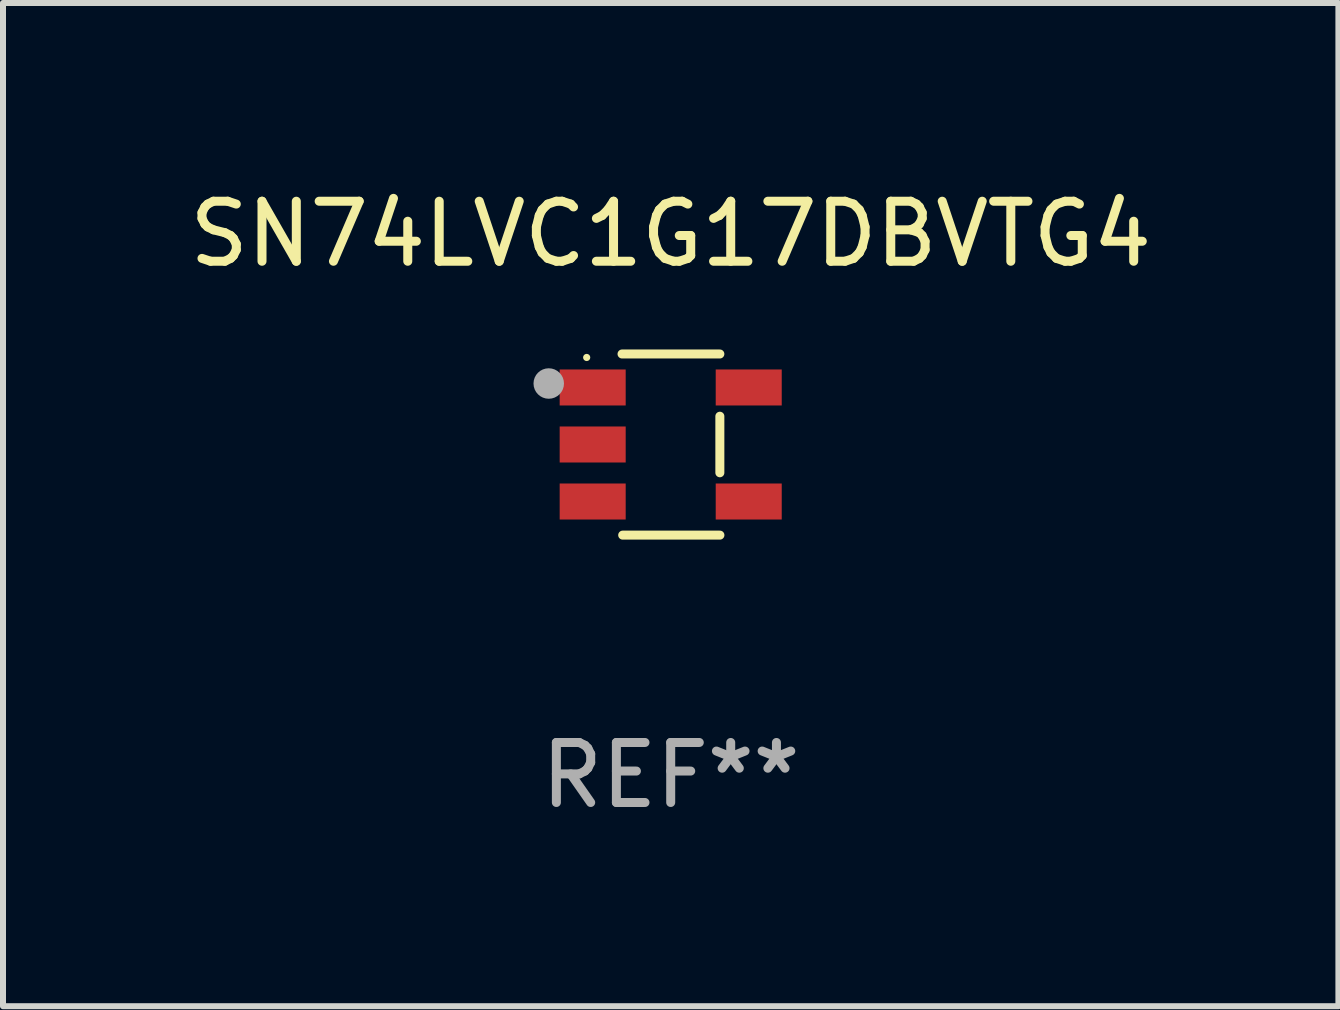
<source format=kicad_pcb>
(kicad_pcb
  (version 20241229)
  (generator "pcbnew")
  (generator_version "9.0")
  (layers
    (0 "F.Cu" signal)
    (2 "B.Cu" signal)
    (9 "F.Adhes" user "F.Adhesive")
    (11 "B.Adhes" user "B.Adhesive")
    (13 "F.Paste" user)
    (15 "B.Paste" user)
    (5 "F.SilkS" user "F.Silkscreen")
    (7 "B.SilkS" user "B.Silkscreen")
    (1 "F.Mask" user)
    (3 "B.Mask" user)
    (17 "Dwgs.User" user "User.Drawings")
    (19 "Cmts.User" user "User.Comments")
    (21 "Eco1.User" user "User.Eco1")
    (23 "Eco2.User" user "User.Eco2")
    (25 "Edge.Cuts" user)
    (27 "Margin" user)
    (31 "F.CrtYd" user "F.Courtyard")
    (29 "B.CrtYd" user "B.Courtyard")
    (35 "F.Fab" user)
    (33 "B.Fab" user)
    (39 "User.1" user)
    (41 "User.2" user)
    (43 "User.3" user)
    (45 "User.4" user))
  (footprint "SN74LVC1G17DBVTG4"
    (layer "F.Cu")
    (at 8.125 4.357)
    (property "Reference" "SN74LVC1G17DBVTG4" (at 0 -3.509 0) (layer "F.SilkS") (effects (font (size 1 1) (thickness 0.15))))
    (attr through_hole)
    (fp_line (start -0.811 -1.509) (end 0.819 -1.509) (stroke (width 0.15) (type solid)) (layer "F.SilkS"))
    (fp_line (start -0.8 1.509) (end 0.82 1.509) (stroke (width 0.15) (type solid)) (layer "F.SilkS"))
    (fp_line (start 0.819 -0.472) (end 0.819 0.47) (stroke (width 0.15) (type solid)) (layer "F.SilkS"))
    (fp_circle (center -1.4 -1.451) (end -1.37 -1.451) (stroke (width 0.06) (type solid)) (fill no) (layer "F.SilkS"))
    (fp_circle (center -2.032 -1.017) (end -1.905 -1.017) (stroke (width 0.254) (type solid)) (fill no) (layer "F.Fab"))
    (fp_text user "REF**" (at 0 5.509 0) (layer "F.Fab") (effects (font (size 1 1) (thickness 0.15))))
    (pad "1" smd rect (at -1.3 -0.951) (size 1.1 0.6) (layers "F.Cu" "F.Mask" "F.Paste"))
    (pad "2" smd rect (at -1.3 -0.001) (size 1.1 0.6) (layers "F.Cu" "F.Mask" "F.Paste"))
    (pad "3" smd rect (at -1.3 0.949) (size 1.1 0.6) (layers "F.Cu" "F.Mask" "F.Paste"))
    (pad "4" smd rect (at 1.3 0.949) (size 1.1 0.6) (layers "F.Cu" "F.Mask" "F.Paste"))
    (pad "5" smd rect (at 1.3 -0.951) (size 1.1 0.6) (layers "F.Cu" "F.Mask" "F.Paste")))
  (gr_rect
    (start -3 -3)
    (end 19.25 13.715)
    (stroke (width 0.1) (type default))
    (fill no)
    (layer "Edge.Cuts")))
</source>
